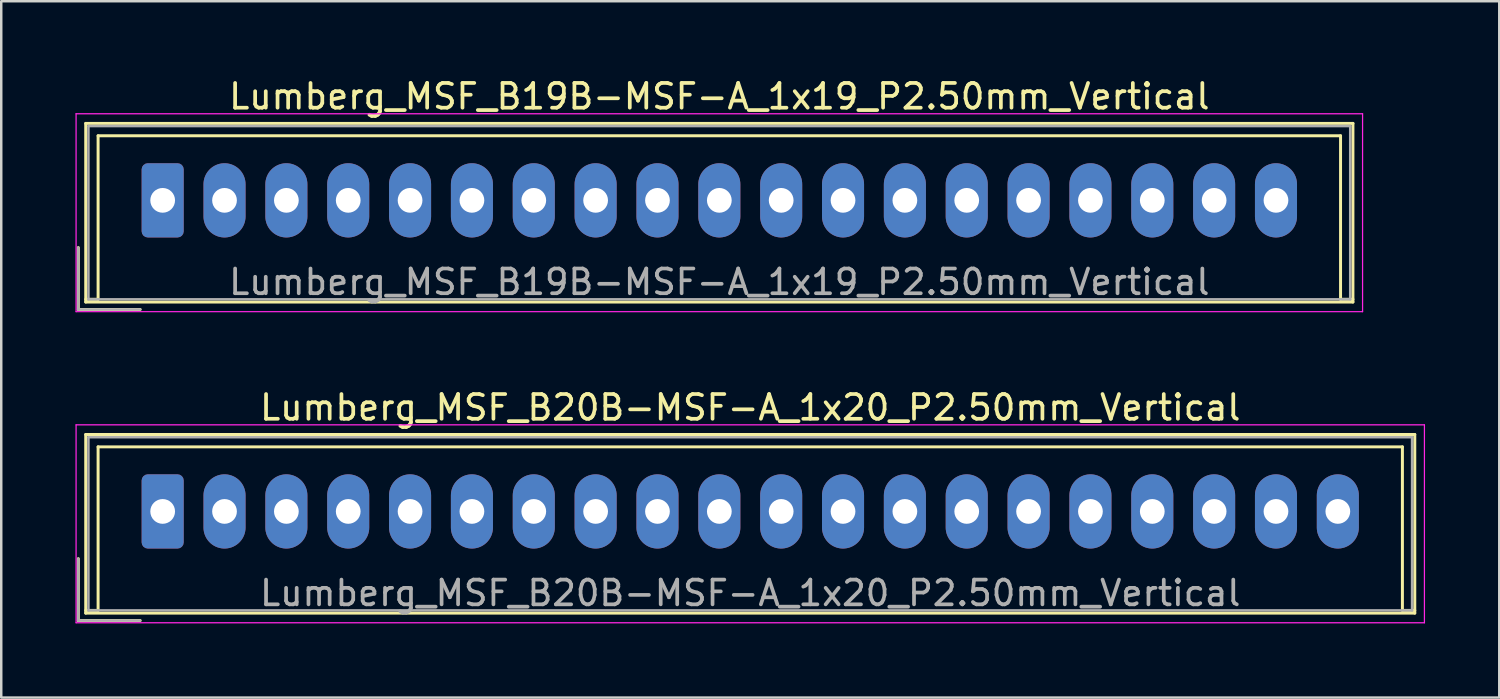
<source format=kicad_pcb>
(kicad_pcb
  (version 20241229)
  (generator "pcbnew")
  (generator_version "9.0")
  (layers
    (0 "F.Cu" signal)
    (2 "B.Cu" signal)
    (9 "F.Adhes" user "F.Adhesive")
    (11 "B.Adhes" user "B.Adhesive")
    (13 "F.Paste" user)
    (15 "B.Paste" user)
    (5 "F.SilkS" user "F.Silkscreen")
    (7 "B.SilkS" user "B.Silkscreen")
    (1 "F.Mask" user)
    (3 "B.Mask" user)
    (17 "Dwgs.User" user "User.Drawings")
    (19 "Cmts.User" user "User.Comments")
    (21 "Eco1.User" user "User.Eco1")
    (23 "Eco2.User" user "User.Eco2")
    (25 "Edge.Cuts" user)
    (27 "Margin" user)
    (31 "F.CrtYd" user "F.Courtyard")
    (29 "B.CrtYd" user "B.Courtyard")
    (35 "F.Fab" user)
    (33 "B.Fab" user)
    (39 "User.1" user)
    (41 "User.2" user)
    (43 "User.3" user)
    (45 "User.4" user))
  (footprint "Lumberg_MSF_B20B-MSF-A_1x20_P2.50mm_Vertical"
    (layer "F.Cu")
    (at 3.525 17.622)
    (property "Reference" "Lumberg_MSF_B20B-MSF-A_1x20_P2.50mm_Vertical" (at 23.75 -4.2 0) (layer "F.SilkS") (effects (font (size 1 1) (thickness 0.15))))
    (attr through_hole)
    (fp_line (start -3.41 1.91) (end -3.41 4.41) (stroke (width 0.12) (type solid)) (layer "F.SilkS"))
    (fp_line (start -3.41 4.41) (end -0.91 4.41) (stroke (width 0.12) (type solid)) (layer "F.SilkS"))
    (fp_line (start -3.11 -3.11) (end -3.11 4.11) (stroke (width 0.12) (type solid)) (layer "F.SilkS"))
    (fp_line (start -3.11 4) (end -2.61 4) (stroke (width 0.12) (type solid)) (layer "F.SilkS"))
    (fp_line (start -3.11 4.11) (end 50.61 4.11) (stroke (width 0.12) (type solid)) (layer "F.SilkS"))
    (fp_line (start -2.61 -2.61) (end 50.11 -2.61) (stroke (width 0.12) (type solid)) (layer "F.SilkS"))
    (fp_line (start -2.61 4) (end -2.61 -2.61) (stroke (width 0.12) (type solid)) (layer "F.SilkS"))
    (fp_line (start 50.11 -2.61) (end 50.11 4) (stroke (width 0.12) (type solid)) (layer "F.SilkS"))
    (fp_line (start 50.11 4) (end 50.61 4) (stroke (width 0.12) (type solid)) (layer "F.SilkS"))
    (fp_line (start 50.61 -3.11) (end -3.11 -3.11) (stroke (width 0.12) (type solid)) (layer "F.SilkS"))
    (fp_line (start 50.61 4.11) (end 50.61 -3.11) (stroke (width 0.12) (type solid)) (layer "F.SilkS"))
    (fp_line (start -3.5 -3.5) (end -3.5 4.5) (stroke (width 0.05) (type solid)) (layer "F.CrtYd"))
    (fp_line (start -3.5 4.5) (end 51 4.5) (stroke (width 0.05) (type solid)) (layer "F.CrtYd"))
    (fp_line (start 51 -3.5) (end -3.5 -3.5) (stroke (width 0.05) (type solid)) (layer "F.CrtYd"))
    (fp_line (start 51 4.5) (end 51 -3.5) (stroke (width 0.05) (type solid)) (layer "F.CrtYd"))
    (fp_line (start -3.41 1.91) (end -3.41 4.41) (stroke (width 0.1) (type solid)) (layer "F.Fab"))
    (fp_line (start -3.41 4.41) (end -0.91 4.41) (stroke (width 0.1) (type solid)) (layer "F.Fab"))
    (fp_line (start -3 -3) (end -3 4) (stroke (width 0.1) (type solid)) (layer "F.Fab"))
    (fp_line (start -3 4) (end 50.5 4) (stroke (width 0.1) (type solid)) (layer "F.Fab"))
    (fp_line (start 50.5 -3) (end -3 -3) (stroke (width 0.1) (type solid)) (layer "F.Fab"))
    (fp_line (start 50.5 4) (end 50.5 -3) (stroke (width 0.1) (type solid)) (layer "F.Fab"))
    (fp_text user "${REFERENCE}" (at 23.75 3.3 0) (layer "F.Fab") (effects (font (size 1 1) (thickness 0.15))))
    (pad "1" thru_hole roundrect (at 0 0) (size 1.7 3) (drill 1) (layers "*.Cu" "*.Mask") (roundrect_rratio 0.147))
    (pad "2" thru_hole oval (at 2.5 0) (size 1.7 3) (drill 1) (layers "*.Cu" "*.Mask"))
    (pad "3" thru_hole oval (at 5 0) (size 1.7 3) (drill 1) (layers "*.Cu" "*.Mask"))
    (pad "4" thru_hole oval (at 7.5 0) (size 1.7 3) (drill 1) (layers "*.Cu" "*.Mask"))
    (pad "5" thru_hole oval (at 10 0) (size 1.7 3) (drill 1) (layers "*.Cu" "*.Mask"))
    (pad "6" thru_hole oval (at 12.5 0) (size 1.7 3) (drill 1) (layers "*.Cu" "*.Mask"))
    (pad "7" thru_hole oval (at 15 0) (size 1.7 3) (drill 1) (layers "*.Cu" "*.Mask"))
    (pad "8" thru_hole oval (at 17.5 0) (size 1.7 3) (drill 1) (layers "*.Cu" "*.Mask"))
    (pad "9" thru_hole oval (at 20 0) (size 1.7 3) (drill 1) (layers "*.Cu" "*.Mask"))
    (pad "10" thru_hole oval (at 22.5 0) (size 1.7 3) (drill 1) (layers "*.Cu" "*.Mask"))
    (pad "11" thru_hole oval (at 25 0) (size 1.7 3) (drill 1) (layers "*.Cu" "*.Mask"))
    (pad "12" thru_hole oval (at 27.5 0) (size 1.7 3) (drill 1) (layers "*.Cu" "*.Mask"))
    (pad "13" thru_hole oval (at 30 0) (size 1.7 3) (drill 1) (layers "*.Cu" "*.Mask"))
    (pad "14" thru_hole oval (at 32.5 0) (size 1.7 3) (drill 1) (layers "*.Cu" "*.Mask"))
    (pad "15" thru_hole oval (at 35 0) (size 1.7 3) (drill 1) (layers "*.Cu" "*.Mask"))
    (pad "16" thru_hole oval (at 37.5 0) (size 1.7 3) (drill 1) (layers "*.Cu" "*.Mask"))
    (pad "17" thru_hole oval (at 40 0) (size 1.7 3) (drill 1) (layers "*.Cu" "*.Mask"))
    (pad "18" thru_hole oval (at 42.5 0) (size 1.7 3) (drill 1) (layers "*.Cu" "*.Mask"))
    (pad "19" thru_hole oval (at 45 0) (size 1.7 3) (drill 1) (layers "*.Cu" "*.Mask"))
    (pad "20" thru_hole oval (at 47.5 0) (size 1.7 3) (drill 1) (layers "*.Cu" "*.Mask")))
  (footprint "Lumberg_MSF_B19B-MSF-A_1x19_P2.50mm_Vertical"
    (layer "F.Cu")
    (at 3.525 5.048)
    (property "Reference" "Lumberg_MSF_B19B-MSF-A_1x19_P2.50mm_Vertical" (at 22.5 -4.2 0) (layer "F.SilkS") (effects (font (size 1 1) (thickness 0.15))))
    (attr through_hole)
    (fp_line (start -3.41 1.91) (end -3.41 4.41) (stroke (width 0.12) (type solid)) (layer "F.SilkS"))
    (fp_line (start -3.41 4.41) (end -0.91 4.41) (stroke (width 0.12) (type solid)) (layer "F.SilkS"))
    (fp_line (start -3.11 -3.11) (end -3.11 4.11) (stroke (width 0.12) (type solid)) (layer "F.SilkS"))
    (fp_line (start -3.11 4) (end -2.61 4) (stroke (width 0.12) (type solid)) (layer "F.SilkS"))
    (fp_line (start -3.11 4.11) (end 48.11 4.11) (stroke (width 0.12) (type solid)) (layer "F.SilkS"))
    (fp_line (start -2.61 -2.61) (end 47.61 -2.61) (stroke (width 0.12) (type solid)) (layer "F.SilkS"))
    (fp_line (start -2.61 4) (end -2.61 -2.61) (stroke (width 0.12) (type solid)) (layer "F.SilkS"))
    (fp_line (start 47.61 -2.61) (end 47.61 4) (stroke (width 0.12) (type solid)) (layer "F.SilkS"))
    (fp_line (start 47.61 4) (end 48.11 4) (stroke (width 0.12) (type solid)) (layer "F.SilkS"))
    (fp_line (start 48.11 -3.11) (end -3.11 -3.11) (stroke (width 0.12) (type solid)) (layer "F.SilkS"))
    (fp_line (start 48.11 4.11) (end 48.11 -3.11) (stroke (width 0.12) (type solid)) (layer "F.SilkS"))
    (fp_line (start -3.5 -3.5) (end -3.5 4.5) (stroke (width 0.05) (type solid)) (layer "F.CrtYd"))
    (fp_line (start -3.5 4.5) (end 48.5 4.5) (stroke (width 0.05) (type solid)) (layer "F.CrtYd"))
    (fp_line (start 48.5 -3.5) (end -3.5 -3.5) (stroke (width 0.05) (type solid)) (layer "F.CrtYd"))
    (fp_line (start 48.5 4.5) (end 48.5 -3.5) (stroke (width 0.05) (type solid)) (layer "F.CrtYd"))
    (fp_line (start -3.41 1.91) (end -3.41 4.41) (stroke (width 0.1) (type solid)) (layer "F.Fab"))
    (fp_line (start -3.41 4.41) (end -0.91 4.41) (stroke (width 0.1) (type solid)) (layer "F.Fab"))
    (fp_line (start -3 -3) (end -3 4) (stroke (width 0.1) (type solid)) (layer "F.Fab"))
    (fp_line (start -3 4) (end 48 4) (stroke (width 0.1) (type solid)) (layer "F.Fab"))
    (fp_line (start 48 -3) (end -3 -3) (stroke (width 0.1) (type solid)) (layer "F.Fab"))
    (fp_line (start 48 4) (end 48 -3) (stroke (width 0.1) (type solid)) (layer "F.Fab"))
    (fp_text user "${REFERENCE}" (at 22.5 3.3 0) (layer "F.Fab") (effects (font (size 1 1) (thickness 0.15))))
    (pad "1" thru_hole roundrect (at 0 0) (size 1.7 3) (drill 1) (layers "*.Cu" "*.Mask") (roundrect_rratio 0.147))
    (pad "2" thru_hole oval (at 2.5 0) (size 1.7 3) (drill 1) (layers "*.Cu" "*.Mask"))
    (pad "3" thru_hole oval (at 5 0) (size 1.7 3) (drill 1) (layers "*.Cu" "*.Mask"))
    (pad "4" thru_hole oval (at 7.5 0) (size 1.7 3) (drill 1) (layers "*.Cu" "*.Mask"))
    (pad "5" thru_hole oval (at 10 0) (size 1.7 3) (drill 1) (layers "*.Cu" "*.Mask"))
    (pad "6" thru_hole oval (at 12.5 0) (size 1.7 3) (drill 1) (layers "*.Cu" "*.Mask"))
    (pad "7" thru_hole oval (at 15 0) (size 1.7 3) (drill 1) (layers "*.Cu" "*.Mask"))
    (pad "8" thru_hole oval (at 17.5 0) (size 1.7 3) (drill 1) (layers "*.Cu" "*.Mask"))
    (pad "9" thru_hole oval (at 20 0) (size 1.7 3) (drill 1) (layers "*.Cu" "*.Mask"))
    (pad "10" thru_hole oval (at 22.5 0) (size 1.7 3) (drill 1) (layers "*.Cu" "*.Mask"))
    (pad "11" thru_hole oval (at 25 0) (size 1.7 3) (drill 1) (layers "*.Cu" "*.Mask"))
    (pad "12" thru_hole oval (at 27.5 0) (size 1.7 3) (drill 1) (layers "*.Cu" "*.Mask"))
    (pad "13" thru_hole oval (at 30 0) (size 1.7 3) (drill 1) (layers "*.Cu" "*.Mask"))
    (pad "14" thru_hole oval (at 32.5 0) (size 1.7 3) (drill 1) (layers "*.Cu" "*.Mask"))
    (pad "15" thru_hole oval (at 35 0) (size 1.7 3) (drill 1) (layers "*.Cu" "*.Mask"))
    (pad "16" thru_hole oval (at 37.5 0) (size 1.7 3) (drill 1) (layers "*.Cu" "*.Mask"))
    (pad "17" thru_hole oval (at 40 0) (size 1.7 3) (drill 1) (layers "*.Cu" "*.Mask"))
    (pad "18" thru_hole oval (at 42.5 0) (size 1.7 3) (drill 1) (layers "*.Cu" "*.Mask"))
    (pad "19" thru_hole oval (at 45 0) (size 1.7 3) (drill 1) (layers "*.Cu" "*.Mask")))
  (gr_rect
    (start -3 -3)
    (end 57.55 25.146)
    (stroke (width 0.1) (type default))
    (fill no)
    (layer "Edge.Cuts")))
</source>
